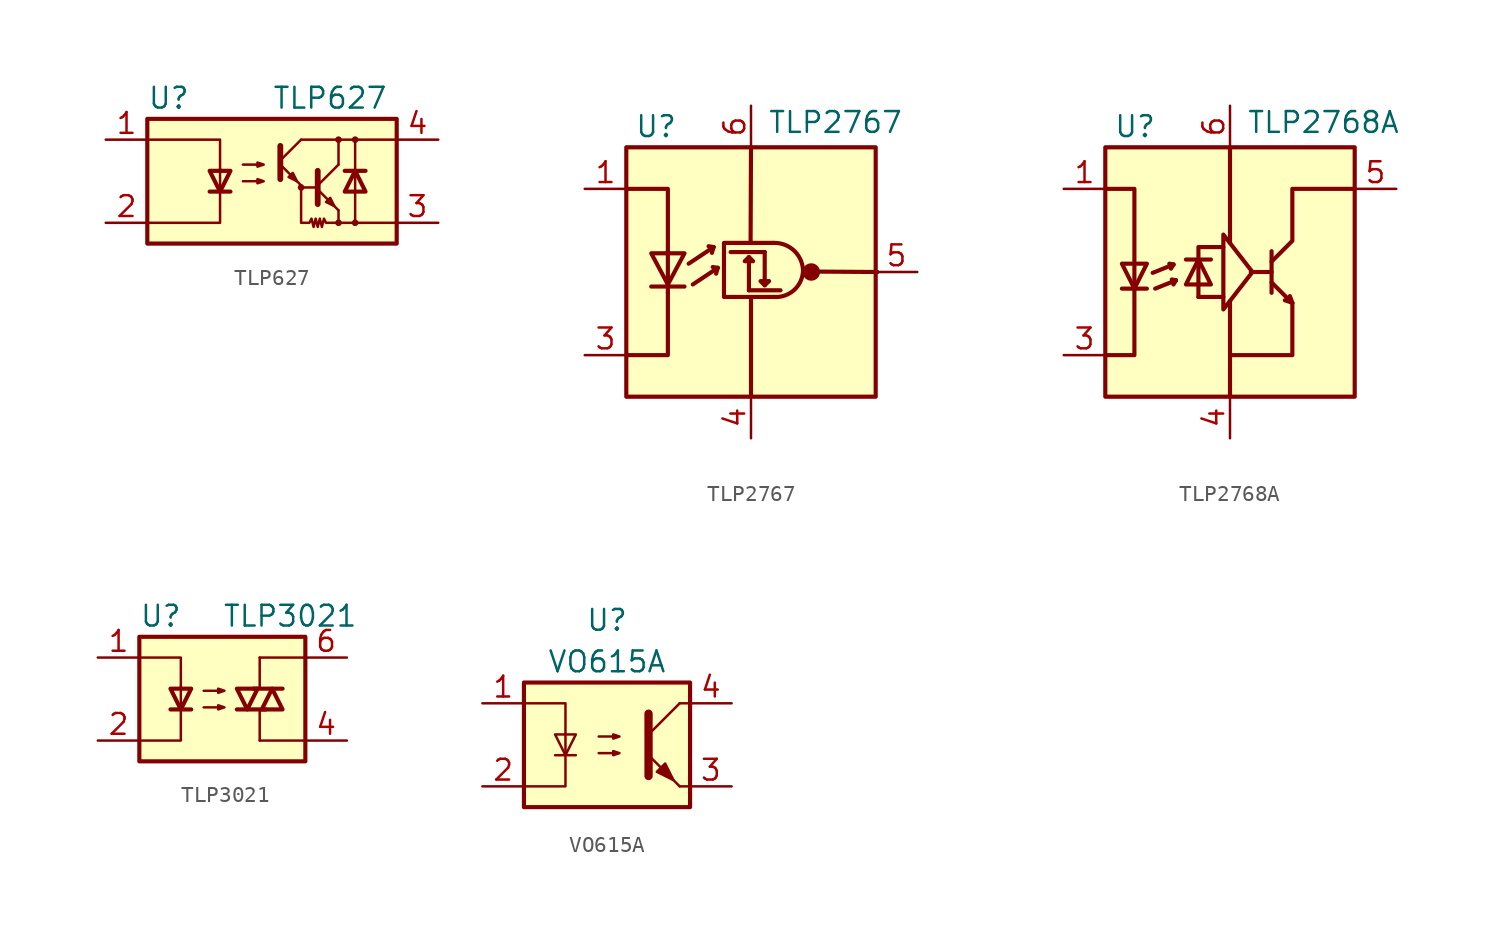
<source format=kicad_sym>
(kicad_symbol_lib
  (version 20201005)
  (generator kicad_symbol_editor)
  (symbol "Isolator_Optocoupler:TLP627"
    (property "Reference" "U"
      (at -7.62 5.08 0)
      (effects (font (size 1.27 1.27)) (justify left)))
    (property "Value" "TLP627"
      (at 0 5.08 0)
      (effects (font (size 1.27 1.27)) (justify left)))
    (symbol "TLP627_0_1"
      (circle (center 1.778 -0.381) (radius 0.127) (stroke (width 0)) (fill (type none)))
      (circle (center 4.064 -2.54) (radius 0.127) (stroke (width 0)) (fill (type none)))
      (circle (center 4.064 2.54) (radius 0.127) (stroke (width 0)) (fill (type none)))
      (circle (center 5.08 -2.54) (radius 0.127) (stroke (width 0)) (fill (type none)))
      (circle (center 5.08 2.54) (radius 0.127) (stroke (width 0)) (fill (type none)))
      (rectangle (start -7.62 3.81) (end 7.62 -3.81) (stroke (width 0.254)) (fill (type background)))
      (polyline (pts (xy -3.81 -0.635) (xy -2.54 -0.635)) (stroke (width 0.254)) (fill (type none)))
      (polyline (pts (xy 0.508 1.016) (xy 1.778 -0.254)) (stroke (width 0)) (fill (type none)))
      (polyline (pts (xy 0.508 1.27) (xy 1.778 2.54)) (stroke (width 0)) (fill (type none)))
      (polyline (pts (xy 0.508 2.159) (xy 0.508 0.127)) (stroke (width 0.356)) (fill (type none)))
      (polyline (pts (xy 1.778 2.54) (xy 7.62 2.54)) (stroke (width 0)) (fill (type none)))
      (polyline (pts (xy 2.794 -0.508) (xy 4.064 -1.778)) (stroke (width 0)) (fill (type none)))
      (polyline (pts (xy 2.794 -0.381) (xy 1.778 -0.381)) (stroke (width 0)) (fill (type none)))
      (polyline (pts (xy 2.794 -0.254) (xy 4.064 1.016)) (stroke (width 0)) (fill (type none)))
      (polyline (pts (xy 4.064 -2.54) (xy 7.62 -2.54)) (stroke (width 0)) (fill (type none)))
      (polyline (pts (xy 4.064 -1.778) (xy 4.064 -2.54)) (stroke (width 0)) (fill (type none)))
      (polyline (pts (xy 4.064 1.016) (xy 4.064 2.54)) (stroke (width 0)) (fill (type none)))
      (polyline (pts (xy 4.445 0.635) (xy 5.715 0.635)) (stroke (width 0.254)) (fill (type none)))
      (polyline (pts (xy 5.08 -0.635) (xy 5.08 -2.54)) (stroke (width 0)) (fill (type none)))
      (polyline (pts (xy 5.08 -0.635) (xy 5.08 2.54)) (stroke (width 0)) (fill (type none)))
      (polyline (pts (xy -7.62 2.54) (xy -3.175 2.54) (xy -3.175 0.635)) (stroke (width 0)) (fill (type none)))
      (polyline (pts (xy -3.175 0.762) (xy -3.175 -2.54) (xy -7.62 -2.54)) (stroke (width 0)) (fill (type none)))
      (polyline (pts (xy 2.794 0.635) (xy 2.794 -1.397) (xy 2.794 -1.397)) (stroke (width 0.356)) (fill (type none)))
      (polyline (pts (xy -3.175 -0.635) (xy -3.81 0.635) (xy -2.54 0.635) (xy -3.175 -0.635)) (stroke (width 0.254)) (fill (type none)))
      (polyline (pts (xy 1.524 0) (xy 1.27 0.508) (xy 1.016 0.254) (xy 1.524 0)) (stroke (width 0)) (fill (type none)))
      (polyline (pts (xy 3.81 -1.524) (xy 3.556 -1.016) (xy 3.302 -1.27) (xy 3.81 -1.524)) (stroke (width 0)) (fill (type none)))
      (polyline (pts (xy 5.08 0.635) (xy 4.445 -0.635) (xy 5.715 -0.635) (xy 5.08 0.635)) (stroke (width 0.254)) (fill (type none)))
      (polyline (pts (xy -1.778 0) (xy -0.508 0) (xy -0.889 -0.127) (xy -0.889 0.127) (xy -0.508 0)) (stroke (width 0)) (fill (type none)))
      (polyline (pts (xy -1.778 1.016) (xy -0.508 1.016) (xy -0.889 0.889) (xy -0.889 1.143) (xy -0.508 1.016)) (stroke (width 0)) (fill (type none)))
      (polyline (pts (xy 1.778 -0.254) (xy 1.778 -2.54) (xy 2.286 -2.54) (xy 2.413 -2.286) (xy 2.54 -2.794) (xy 2.667 -2.286) (xy 2.794 -2.794) (xy 2.921 -2.286) (xy 3.048 -2.794) (xy 3.175 -2.286) (xy 3.302 -2.54) (xy 4.064 -2.54)) (stroke (width 0)) (fill (type none))))
    (symbol "TLP627_1_1"
      (pin passive line (at -10.16 2.54 0) (length 2.54) (name "~" (effects (font (size 1.27 1.27)))) (number "1" (effects (font (size 1.27 1.27)))))
      (pin passive line (at -10.16 -2.54 0) (length 2.54) (name "~" (effects (font (size 1.27 1.27)))) (number "2" (effects (font (size 1.27 1.27)))))
      (pin passive line (at 10.16 -2.54 180) (length 2.54) (name "~" (effects (font (size 1.27 1.27)))) (number "3" (effects (font (size 1.27 1.27)))))
      (pin passive line (at 10.16 2.54 180) (length 2.54) (name "~" (effects (font (size 1.27 1.27)))) (number "4" (effects (font (size 1.27 1.27)))))))
  (symbol "Isolator_Optocoupler:TLP2767"
    (pin_names hide)
    (property "Reference" "U"
      (at -7.112 8.89 0)
      (effects (font (size 1.27 1.27)) (justify left)))
    (property "Value" "TLP2767"
      (at 1.016 9.144 0)
      (effects (font (size 1.27 1.27)) (justify left)))
    (symbol "TLP2767_0_1"
      (arc (start 3.175 0) (end 1.397 1.778) (radius (at 1.4224 0) (length 1.7526) (angles 0 90.8)) (stroke (width 0.254)) (fill (type none)))
      (arc (start 3.175 0) (end 1.397 -1.524) (radius (at 1.524 0.127) (length 1.651) (angles -4.4 -94.4)) (stroke (width 0.254)) (fill (type none)))
      (circle (center 3.683 0) (radius 0.457) (stroke (width 0)) (fill (type outline)))
      (rectangle (start -7.62 7.62) (end 7.62 -7.62) (stroke (width 0.254)) (fill (type background)))
      (polyline (pts (xy -6.096 -0.889) (xy -4.064 -0.889)) (stroke (width 0.254)) (fill (type none)))
      (polyline (pts (xy -5.08 -1.27) (xy -5.08 -0.762)) (stroke (width 0.254)) (fill (type none)))
      (polyline (pts (xy -5.08 1.27) (xy -5.08 -0.762)) (stroke (width 0.254)) (fill (type none)))
      (polyline (pts (xy -3.81 0.508) (xy -2.286 1.524)) (stroke (width 0.254)) (fill (type none)))
      (polyline (pts (xy -3.556 -0.762) (xy -2.032 0.254)) (stroke (width 0.254)) (fill (type none)))
      (polyline (pts (xy -2.286 1.524) (xy -2.591 1.575)) (stroke (width 0.254)) (fill (type none)))
      (polyline (pts (xy -2.286 1.524) (xy -2.388 1.168)) (stroke (width 0.254)) (fill (type none)))
      (polyline (pts (xy -2.032 0.254) (xy -2.337 0.305)) (stroke (width 0.254)) (fill (type none)))
      (polyline (pts (xy -2.032 0.254) (xy -2.134 -0.102)) (stroke (width 0.254)) (fill (type none)))
      (polyline (pts (xy -0.127 -1.118) (xy 1.803 -1.118)) (stroke (width 0.254)) (fill (type none)))
      (polyline (pts (xy -0.127 0.914) (xy -0.127 -1.118)) (stroke (width 0.254)) (fill (type none)))
      (polyline (pts (xy 0 -7.595) (xy 0 -1.575)) (stroke (width 0.254)) (fill (type none)))
      (polyline (pts (xy 0 7.645) (xy -0.025 1.829)) (stroke (width 0.254)) (fill (type none)))
      (polyline (pts (xy 0.838 1.219) (xy -1.245 1.219)) (stroke (width 0.254)) (fill (type none)))
      (polyline (pts (xy 4.064 0.025) (xy 7.722 0)) (stroke (width 0.254)) (fill (type none)))
      (polyline (pts (xy -7.62 -5.08) (xy -5.08 -5.08) (xy -5.08 -1.27)) (stroke (width 0.254)) (fill (type none)))
      (polyline (pts (xy -5.08 1.27) (xy -5.08 5.08) (xy -7.62 5.08)) (stroke (width 0.254)) (fill (type none)))
      (polyline (pts (xy 0.838 -0.813) (xy 0.584 -0.559) (xy 1.092 -0.559)) (stroke (width 0.254)) (fill (type none)))
      (polyline (pts (xy 0.838 1.219) (xy 0.838 -0.813) (xy 1.092 -0.559)) (stroke (width 0.254)) (fill (type none)))
      (polyline (pts (xy -6.096 1.143) (xy -4.064 1.143) (xy -5.08 -0.762) (xy -6.096 1.143)) (stroke (width 0.254)) (fill (type none)))
      (polyline (pts (xy -0.127 0.914) (xy -0.381 0.66) (xy 0.127 0.66) (xy -0.127 0.914)) (stroke (width 0.254)) (fill (type none)))
      (polyline (pts (xy 1.397 1.778) (xy -1.651 1.778) (xy -1.651 -1.524) (xy 1.397 -1.524)) (stroke (width 0.254)) (fill (type none))))
    (symbol "TLP2767_1_1"
      (pin passive line (at -10.16 5.08 0) (length 2.54) (name "A" (effects (font (size 1.27 1.27)))) (number "1" (effects (font (size 1.27 1.27)))))
      (pin no_connect line (at -7.62 0 0) (length 2.54) hide (name "NC" (effects (font (size 1.27 1.27)))) (number "2" (effects (font (size 1.27 1.27)))))
      (pin passive line (at -10.16 -5.08 0) (length 2.54) (name "K" (effects (font (size 1.27 1.27)))) (number "3" (effects (font (size 1.27 1.27)))))
      (pin power_in line (at 0 -10.16 90) (length 2.54) (name "GND" (effects (font (size 1.27 1.27)))) (number "4" (effects (font (size 1.27 1.27)))))
      (pin output line (at 10.16 0 180) (length 2.54) (name "VO" (effects (font (size 1.27 1.27)))) (number "5" (effects (font (size 1.27 1.27)))))
      (pin power_in line (at 0 10.16 270) (length 2.54) (name "VDD" (effects (font (size 1.27 1.27)))) (number "6" (effects (font (size 1.27 1.27)))))))
  (symbol "Isolator_Optocoupler:TLP2768A"
    (pin_names
      (offset 1.016) hide)
    (property "Reference" "U"
      (at -7.112 8.89 0)
      (effects (font (size 1.27 1.27)) (justify left)))
    (property "Value" "TLP2768A"
      (at 1.016 9.144 0)
      (effects (font (size 1.27 1.27)) (justify left)))
    (symbol "TLP2768A_0_1"
      (rectangle (start -7.62 7.62) (end 7.62 -7.62) (stroke (width 0.254)) (fill (type background)))
      (polyline (pts (xy -6.604 -1.016) (xy -5.08 -1.016)) (stroke (width 0.254)) (fill (type none)))
      (polyline (pts (xy -5.842 0.508) (xy -5.842 -1.016)) (stroke (width 0.254)) (fill (type none)))
      (polyline (pts (xy -4.724 -0.051) (xy -3.454 0.457)) (stroke (width 0.254)) (fill (type none)))
      (polyline (pts (xy -4.572 -1.016) (xy -3.302 -0.508)) (stroke (width 0.254)) (fill (type none)))
      (polyline (pts (xy -3.454 0.457) (xy -3.708 0.508)) (stroke (width 0.254)) (fill (type none)))
      (polyline (pts (xy -3.454 0.457) (xy -3.607 0.203)) (stroke (width 0.254)) (fill (type none)))
      (polyline (pts (xy -3.302 -0.508) (xy -3.556 -0.457)) (stroke (width 0.254)) (fill (type none)))
      (polyline (pts (xy -3.302 -0.508) (xy -3.454 -0.762)) (stroke (width 0.254)) (fill (type none)))
      (polyline (pts (xy -2.692 0.762) (xy -1.168 0.762)) (stroke (width 0.254)) (fill (type none)))
      (polyline (pts (xy -1.93 -1.524) (xy -1.93 -0.762)) (stroke (width 0.254)) (fill (type none)))
      (polyline (pts (xy -1.93 -1.524) (xy -0.406 -1.524)) (stroke (width 0.254)) (fill (type none)))
      (polyline (pts (xy -1.93 0.762) (xy -1.93 -0.813)) (stroke (width 0.254)) (fill (type none)))
      (polyline (pts (xy 0 -7.62) (xy 0 -1.778)) (stroke (width 0.254)) (fill (type none)))
      (polyline (pts (xy 0 7.62) (xy 0 1.778)) (stroke (width 0.254)) (fill (type none)))
      (polyline (pts (xy 1.27 0) (xy 2.54 0)) (stroke (width 0.254)) (fill (type none)))
      (polyline (pts (xy 2.54 -1.27) (xy 2.54 1.27)) (stroke (width 0.254)) (fill (type none)))
      (polyline (pts (xy 3.81 -1.88) (xy 3.353 -1.727)) (stroke (width 0.254)) (fill (type none)))
      (polyline (pts (xy 3.81 -1.88) (xy 3.658 -1.473)) (stroke (width 0.254)) (fill (type none)))
      (polyline (pts (xy -7.62 5.08) (xy -5.842 5.08) (xy -5.842 0.508)) (stroke (width 0.254)) (fill (type none)))
      (polyline (pts (xy -5.842 -1.016) (xy -5.842 -5.08) (xy -7.62 -5.08)) (stroke (width 0.254)) (fill (type none)))
      (polyline (pts (xy -1.93 0.762) (xy -1.93 1.524) (xy -0.406 1.524)) (stroke (width 0.254)) (fill (type none)))
      (polyline (pts (xy -6.604 0.508) (xy -5.08 0.508) (xy -5.842 -1.016) (xy -6.604 0.508)) (stroke (width 0.254)) (fill (type none)))
      (polyline (pts (xy -2.692 -0.762) (xy -1.168 -0.762) (xy -1.93 0.762) (xy -2.692 -0.762)) (stroke (width 0.254)) (fill (type none)))
      (polyline (pts (xy 1.372 0) (xy -0.406 -2.286) (xy -0.406 2.286) (xy 1.372 0)) (stroke (width 0.254)) (fill (type none)))
      (polyline (pts (xy 2.54 -0.635) (xy 3.81 -1.905) (xy 3.81 -5.08) (xy 0 -5.08)) (stroke (width 0.254)) (fill (type none)))
      (polyline (pts (xy 2.54 0.635) (xy 3.81 1.905) (xy 3.81 5.08) (xy 7.62 5.08)) (stroke (width 0.254)) (fill (type none))))
    (symbol "TLP2768A_1_1"
      (pin passive line (at -10.16 5.08 0) (length 2.54) (name "A" (effects (font (size 1.27 1.27)))) (number "1" (effects (font (size 1.27 1.27)))))
      (pin no_connect line (at -7.62 0 0) (length 2.54) hide (name "NC" (effects (font (size 1.27 1.27)))) (number "2" (effects (font (size 1.27 1.27)))))
      (pin passive line (at -10.16 -5.08 0) (length 2.54) (name "K" (effects (font (size 1.27 1.27)))) (number "3" (effects (font (size 1.27 1.27)))))
      (pin power_in line (at 0 -10.16 90) (length 2.54) (name "GND" (effects (font (size 1.27 1.27)))) (number "4" (effects (font (size 1.27 1.27)))))
      (pin open_collector line (at 10.16 5.08 180) (length 2.54) (name "VO" (effects (font (size 1.27 1.27)))) (number "5" (effects (font (size 1.27 1.27)))))
      (pin power_in line (at 0 10.16 270) (length 2.54) (name "VDD" (effects (font (size 1.27 1.27)))) (number "6" (effects (font (size 1.27 1.27)))))))
  (symbol "Isolator_Optocoupler:TLP3021"
    (property "Reference" "U"
      (at -5.08 5.08 0)
      (effects (font (size 1.27 1.27)) (justify left)))
    (property "Value" "TLP3021"
      (at 0 5.08 0)
      (effects (font (size 1.27 1.27)) (justify left)))
    (symbol "TLP3021_0_1"
      (rectangle (start -5.08 3.81) (end 5.08 -3.81) (stroke (width 0.254)) (fill (type background)))
      (polyline (pts (xy -3.175 -0.635) (xy -1.905 -0.635)) (stroke (width 0.254)) (fill (type none)))
      (polyline (pts (xy 1.905 0.635) (xy 3.683 0.635)) (stroke (width 0.254)) (fill (type none)))
      (polyline (pts (xy 2.286 -2.54) (xy 2.286 -0.635)) (stroke (width 0)) (fill (type none)))
      (polyline (pts (xy 2.286 -2.54) (xy 5.08 -2.54)) (stroke (width 0)) (fill (type none)))
      (polyline (pts (xy 2.286 2.54) (xy 2.286 0.635)) (stroke (width 0)) (fill (type none)))
      (polyline (pts (xy 2.286 2.54) (xy 5.08 2.54)) (stroke (width 0)) (fill (type none)))
      (polyline (pts (xy 2.667 -0.635) (xy 0.889 -0.635)) (stroke (width 0.254)) (fill (type none)))
      (polyline (pts (xy -5.08 2.54) (xy -2.54 2.54) (xy -2.54 0.635)) (stroke (width 0)) (fill (type none)))
      (polyline (pts (xy -2.54 0.762) (xy -2.54 -2.54) (xy -5.08 -2.54)) (stroke (width 0)) (fill (type none)))
      (polyline (pts (xy -2.54 -0.635) (xy -3.175 0.635) (xy -1.905 0.635) (xy -2.54 -0.635)) (stroke (width 0.254)) (fill (type none)))
      (polyline (pts (xy 1.524 -0.635) (xy 2.159 0.635) (xy 0.889 0.635) (xy 1.524 -0.635)) (stroke (width 0.254)) (fill (type none)))
      (polyline (pts (xy 3.048 0.635) (xy 2.413 -0.635) (xy 3.683 -0.635) (xy 3.048 0.635)) (stroke (width 0.254)) (fill (type none)))
      (polyline (pts (xy -1.143 -0.508) (xy 0.127 -0.508) (xy -0.254 -0.635) (xy -0.254 -0.381) (xy 0.127 -0.508)) (stroke (width 0)) (fill (type none)))
      (polyline (pts (xy -1.143 0.508) (xy 0.127 0.508) (xy -0.254 0.381) (xy -0.254 0.635) (xy 0.127 0.508)) (stroke (width 0)) (fill (type none))))
    (symbol "TLP3021_1_1"
      (pin passive line (at -7.62 2.54 0) (length 2.54) (name "~" (effects (font (size 1.27 1.27)))) (number "1" (effects (font (size 1.27 1.27)))))
      (pin passive line (at -7.62 -2.54 0) (length 2.54) (name "~" (effects (font (size 1.27 1.27)))) (number "2" (effects (font (size 1.27 1.27)))))
      (pin no_connect line (at -5.08 0 0) (length 2.54) hide (name "NC" (effects (font (size 1.27 1.27)))) (number "3" (effects (font (size 1.27 1.27)))))
      (pin passive line (at 7.62 -2.54 180) (length 2.54) (name "~" (effects (font (size 1.27 1.27)))) (number "4" (effects (font (size 1.27 1.27)))))
      (pin passive line (at 7.62 2.54 180) (length 2.54) (name "~" (effects (font (size 1.27 1.27)))) (number "6" (effects (font (size 1.27 1.27)))))))
  (symbol "Isolator_Optocoupler:VO615A"
    (property "Reference" "U"
      (at 0 7.62 0)
      (effects (font (size 1.27 1.27))))
    (property "Value" "VO615A"
      (at 0 5.08 0)
      (effects (font (size 1.27 1.27))))
    (symbol "VO615A_0_1"
      (rectangle (start -5.08 3.81) (end 5.08 -3.81) (stroke (width 0.254)) (fill (type background)))
      (polyline (pts (xy -3.175 -0.635) (xy -1.905 -0.635)) (stroke (width 0)) (fill (type none)))
      (polyline (pts (xy 2.54 0.635) (xy 4.445 2.54)) (stroke (width 0)) (fill (type none)))
      (polyline (pts (xy 4.445 -2.54) (xy 5.08 -2.54)) (stroke (width 0)) (fill (type none)))
      (polyline (pts (xy 4.445 2.54) (xy 5.08 2.54)) (stroke (width 0)) (fill (type none)))
      (polyline (pts (xy 2.54 1.905) (xy 2.54 -1.905) (xy 2.54 -1.905)) (stroke (width 0.508)) (fill (type none)))
      (polyline (pts (xy -5.08 2.54) (xy -2.54 2.54) (xy -2.54 -2.54) (xy -5.08 -2.54)) (stroke (width 0)) (fill (type none)))
      (polyline (pts (xy -2.54 -0.635) (xy -3.175 0.635) (xy -1.905 0.635) (xy -2.54 -0.635)) (stroke (width 0)) (fill (type none)))
      (polyline (pts (xy -0.508 -0.508) (xy 0.762 -0.508) (xy 0.381 -0.635) (xy 0.381 -0.381) (xy 0.762 -0.508)) (stroke (width 0)) (fill (type none)))
      (polyline (pts (xy -0.508 0.508) (xy 0.762 0.508) (xy 0.381 0.381) (xy 0.381 0.635) (xy 0.762 0.508)) (stroke (width 0)) (fill (type none)))
      (polyline (pts (xy 4.445 -2.54) (xy 2.54 -0.635)) (stroke (width 0)) (fill (type outline)))
      (polyline (pts (xy 3.048 -1.651) (xy 3.556 -1.143) (xy 4.064 -2.159) (xy 3.048 -1.651) (xy 3.048 -1.651)) (stroke (width 0)) (fill (type outline))))
    (symbol "VO615A_1_1"
      (pin passive line (at -7.62 2.54 0) (length 2.54) (name "~" (effects (font (size 1.27 1.27)))) (number "1" (effects (font (size 1.27 1.27)))))
      (pin passive line (at -7.62 -2.54 0) (length 2.54) (name "~" (effects (font (size 1.27 1.27)))) (number "2" (effects (font (size 1.27 1.27)))))
      (pin passive line (at 7.62 -2.54 180) (length 2.54) (name "~" (effects (font (size 1.27 1.27)))) (number "3" (effects (font (size 1.27 1.27)))))
      (pin passive line (at 7.62 2.54 180) (length 2.54) (name "~" (effects (font (size 1.27 1.27)))) (number "4" (effects (font (size 1.27 1.27))))))))
</source>
